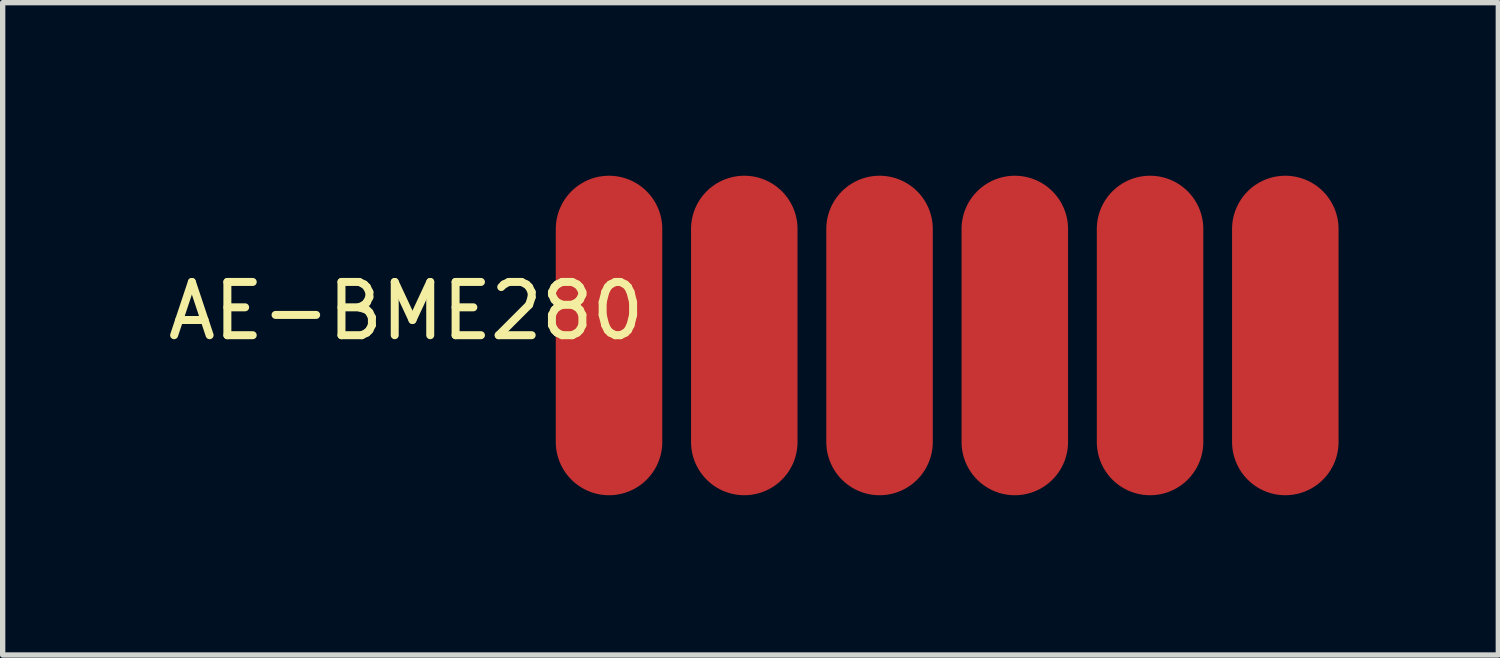
<source format=kicad_pcb>
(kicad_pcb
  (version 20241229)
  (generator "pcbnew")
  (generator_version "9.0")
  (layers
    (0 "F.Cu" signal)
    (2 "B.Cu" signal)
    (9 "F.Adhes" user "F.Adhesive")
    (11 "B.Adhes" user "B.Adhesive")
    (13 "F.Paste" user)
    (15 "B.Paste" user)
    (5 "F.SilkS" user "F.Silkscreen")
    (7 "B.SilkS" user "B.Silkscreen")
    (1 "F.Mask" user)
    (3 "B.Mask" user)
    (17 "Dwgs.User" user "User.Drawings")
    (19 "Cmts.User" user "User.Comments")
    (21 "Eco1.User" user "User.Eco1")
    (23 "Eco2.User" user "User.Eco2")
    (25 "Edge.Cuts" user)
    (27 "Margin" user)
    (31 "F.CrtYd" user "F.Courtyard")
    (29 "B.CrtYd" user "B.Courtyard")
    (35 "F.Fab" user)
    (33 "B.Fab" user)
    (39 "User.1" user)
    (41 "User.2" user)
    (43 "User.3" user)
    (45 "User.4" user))
  (footprint "AE-BME280"
    (layer "F.Cu")
    (at 14.737 0.25)
    (property "Reference" "AE-BME280" (at -10.16 2.54 0) (layer "F.SilkS") (effects (font (size 1 1) (thickness 0.15))))
    (attr through_hole)
    (pad "1" smd oval (at -6.35 3) (size 2 6) (layers "F.Cu" "F.Mask" "F.Paste"))
    (pad "2" smd oval (at -3.81 3) (size 2 6) (layers "F.Cu" "F.Mask" "F.Paste"))
    (pad "3" smd oval (at -1.27 3) (size 2 6) (layers "F.Cu" "F.Mask" "F.Paste"))
    (pad "4" smd oval (at 1.27 3) (size 2 6) (layers "F.Cu" "F.Mask" "F.Paste"))
    (pad "5" smd oval (at 3.81 3) (size 2 6) (layers "F.Cu" "F.Mask" "F.Paste"))
    (pad "6" smd oval (at 6.35 3) (size 2 6) (layers "F.Cu" "F.Mask" "F.Paste")))
  (gr_rect
    (start -3 -3)
    (end 25.087 9.25)
    (stroke (width 0.1) (type default))
    (fill no)
    (layer "Edge.Cuts")))
</source>
